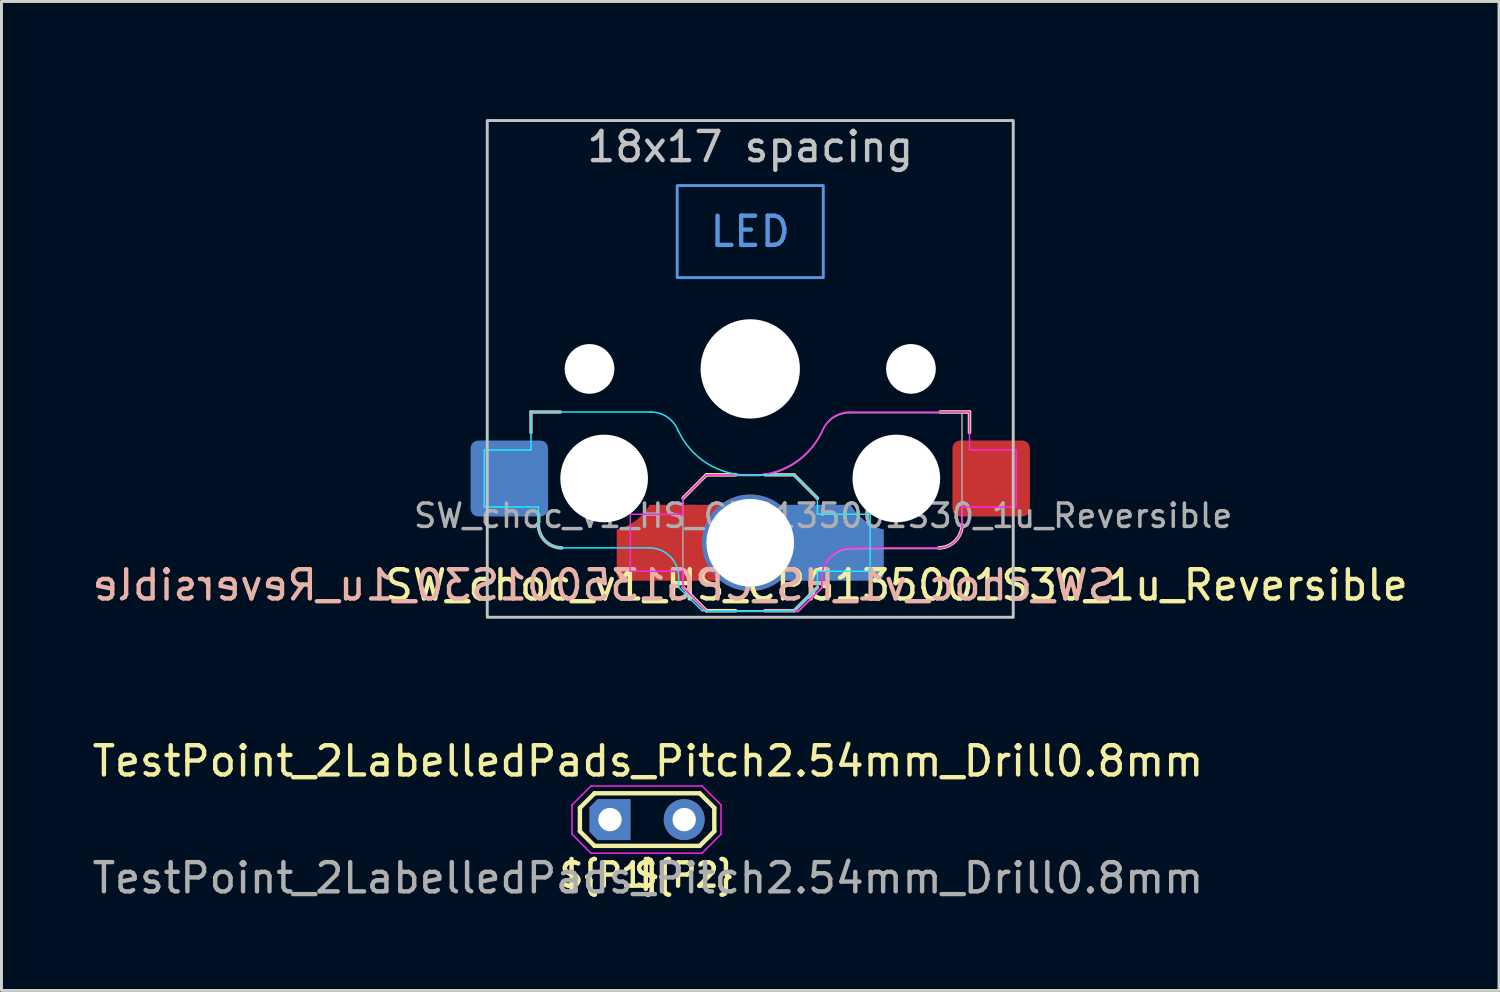
<source format=kicad_pcb>
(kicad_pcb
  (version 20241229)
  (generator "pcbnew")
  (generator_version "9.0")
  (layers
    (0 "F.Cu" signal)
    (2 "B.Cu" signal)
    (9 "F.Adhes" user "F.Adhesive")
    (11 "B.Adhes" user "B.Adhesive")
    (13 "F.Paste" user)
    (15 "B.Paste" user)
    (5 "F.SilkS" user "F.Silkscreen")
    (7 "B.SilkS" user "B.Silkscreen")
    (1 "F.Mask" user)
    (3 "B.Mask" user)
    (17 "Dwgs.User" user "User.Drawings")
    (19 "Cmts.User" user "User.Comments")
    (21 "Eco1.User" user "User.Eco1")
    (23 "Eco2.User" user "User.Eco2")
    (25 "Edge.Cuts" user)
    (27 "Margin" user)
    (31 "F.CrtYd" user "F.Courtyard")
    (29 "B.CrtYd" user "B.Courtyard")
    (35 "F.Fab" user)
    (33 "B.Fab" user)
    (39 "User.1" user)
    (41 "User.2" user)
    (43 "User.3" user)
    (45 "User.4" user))
  (footprint "SW_choc_v1_HS_CPG135001S30_1u_Reversible"
    (layer "F.Cu")
    (at 22.625 9.575)
    (property "Reference" "SW_choc_v1_HS_CPG135001S30_1u_Reversible" (at 5 7.4 180) (layer "F.SilkS") (effects (font (size 1 1) (thickness 0.15))))
    (attr smd)
    (fp_line (start -2.3 7.475) (end -1.5 8.275) (stroke (width 0.12) (type solid)) (layer "F.SilkS"))
    (fp_line (start -1.5 3.625) (end -2.3 4.425) (stroke (width 0.12) (type solid)) (layer "F.SilkS"))
    (fp_line (start -1.5 3.625) (end -0.5 3.625) (stroke (width 0.12) (type solid)) (layer "F.SilkS"))
    (fp_line (start -1.5 8.275) (end -0.5 8.275) (stroke (width 0.12) (type solid)) (layer "F.SilkS"))
    (fp_line (start 7.504 1.475) (end 6.504 1.475) (stroke (width 0.12) (type solid)) (layer "F.SilkS"))
    (fp_line (start 7.504 1.475) (end 7.504 2.175) (stroke (width 0.12) (type solid)) (layer "F.SilkS"))
    (fp_arc (start 7.25 5.325) (mid 7.015685 5.890685) (end 6.45 6.125) (stroke (width 0.12) (type solid)) (layer "F.SilkS"))
    (fp_line (start -7.504 1.475) (end -7.504 2.175) (stroke (width 0.12) (type solid)) (layer "B.SilkS"))
    (fp_line (start -7.504 1.475) (end -6.504 1.475) (stroke (width 0.12) (type solid)) (layer "B.SilkS"))
    (fp_line (start 1.5 3.625) (end 0.5 3.625) (stroke (width 0.12) (type solid)) (layer "B.SilkS"))
    (fp_line (start 1.5 3.625) (end 2.3 4.425) (stroke (width 0.12) (type solid)) (layer "B.SilkS"))
    (fp_line (start 1.5 8.275) (end 0.5 8.275) (stroke (width 0.12) (type solid)) (layer "B.SilkS"))
    (fp_line (start 2.3 7.475) (end 1.5 8.275) (stroke (width 0.12) (type solid)) (layer "B.SilkS"))
    (fp_arc (start -6.45 6.125) (mid -7.015685 5.890685) (end -7.25 5.325) (stroke (width 0.12) (type solid)) (layer "B.SilkS"))
    (fp_rect (start -9 -8.5) (end 9 8.5) (stroke (width 0.1) (type default)) (fill no) (layer "Dwgs.User"))
    (fp_rect (start -2.5 -6.275) (end 2.5 -3.125) (stroke (width 0.1) (type default)) (fill no) (layer "Cmts.User"))
    (fp_rect (start -9.525 -9.525) (end 9.525 9.525) (stroke (width 0.1) (type default)) (fill no) (layer "Eco1.User"))
    (fp_line (start -6.95 -6.45) (end -6.95 6.45) (stroke (width 0.05) (type solid)) (layer "Eco2.User"))
    (fp_line (start -6.45 6.95) (end 6.45 6.95) (stroke (width 0.05) (type solid)) (layer "Eco2.User"))
    (fp_line (start 6.45 -6.95) (end -6.45 -6.95) (stroke (width 0.05) (type solid)) (layer "Eco2.User"))
    (fp_line (start 6.95 6.45) (end 6.95 -6.45) (stroke (width 0.05) (type solid)) (layer "Eco2.User"))
    (fp_arc (start -6.95 -6.45) (mid -6.803553 -6.803553) (end -6.45 -6.95) (stroke (width 0.05) (type solid)) (layer "Eco2.User"))
    (fp_arc (start -6.45 6.95) (mid -6.803553 6.803553) (end -6.95 6.45) (stroke (width 0.05) (type solid)) (layer "Eco2.User"))
    (fp_arc (start 6.45 -6.95) (mid 6.803553 -6.803553) (end 6.95 -6.45) (stroke (width 0.05) (type solid)) (layer "Eco2.User"))
    (fp_arc (start 6.95 6.45) (mid 6.803553 6.803553) (end 6.45 6.95) (stroke (width 0.05) (type solid)) (layer "Eco2.User"))
    (fp_line (start -9.104 2.775) (end -7.504 2.775) (stroke (width 0.05) (type solid)) (layer "B.CrtYd"))
    (fp_line (start -9.104 4.725) (end -9.104 2.775) (stroke (width 0.05) (type solid)) (layer "B.CrtYd"))
    (fp_line (start -7.504 1.475) (end -7.504 2.175) (stroke (width 0.05) (type solid)) (layer "B.CrtYd"))
    (fp_line (start -7.504 1.475) (end -3.4 1.475) (stroke (width 0.05) (type solid)) (layer "B.CrtYd"))
    (fp_line (start -7.504 2.175) (end -7.504 2.775) (stroke (width 0.05) (type solid)) (layer "B.CrtYd"))
    (fp_line (start -7.25 4.725) (end -9.104 4.725) (stroke (width 0.05) (type solid)) (layer "B.CrtYd"))
    (fp_line (start -7.25 5.325) (end -7.25 4.725) (stroke (width 0.05) (type solid)) (layer "B.CrtYd"))
    (fp_line (start -3.45 6.125) (end -6.45 6.125) (stroke (width 0.05) (type solid)) (layer "B.CrtYd"))
    (fp_line (start -2.45 7.475) (end -2.45 7.125) (stroke (width 0.05) (type solid)) (layer "B.CrtYd"))
    (fp_line (start -2.45 7.475) (end -1.65 8.275) (stroke (width 0.05) (type solid)) (layer "B.CrtYd"))
    (fp_line (start 1.5 3.625) (end -0.3 3.625) (stroke (width 0.05) (type solid)) (layer "B.CrtYd"))
    (fp_line (start 1.5 3.625) (end 2.3 4.425) (stroke (width 0.05) (type solid)) (layer "B.CrtYd"))
    (fp_line (start 1.5 8.275) (end -1.65 8.275) (stroke (width 0.05) (type solid)) (layer "B.CrtYd"))
    (fp_line (start 2.3 4.975) (end 2.3 4.425) (stroke (width 0.05) (type solid)) (layer "B.CrtYd"))
    (fp_line (start 2.3 7.475) (end 1.5 8.275) (stroke (width 0.05) (type solid)) (layer "B.CrtYd"))
    (fp_line (start 2.3 7.475) (end 2.3 6.925) (stroke (width 0.05) (type solid)) (layer "B.CrtYd"))
    (fp_line (start 4.104 4.975) (end 2.3 4.975) (stroke (width 0.05) (type solid)) (layer "B.CrtYd"))
    (fp_line (start 4.104 4.975) (end 4.104 6.925) (stroke (width 0.05) (type solid)) (layer "B.CrtYd"))
    (fp_line (start 4.104 6.925) (end 2.3 6.925) (stroke (width 0.05) (type solid)) (layer "B.CrtYd"))
    (fp_arc (start -6.45 6.125) (mid -7.015685 5.890685) (end -7.25 5.325) (stroke (width 0.05) (type solid)) (layer "B.CrtYd"))
    (fp_arc (start -3.45 6.125) (mid -2.742893 6.417893) (end -2.45 7.125) (stroke (width 0.05) (type solid)) (layer "B.CrtYd"))
    (fp_arc (start -3.4 1.475) (mid -2.826423 1.655848) (end -2.460307 2.13298) (stroke (width 0.05) (type solid)) (layer "B.CrtYd"))
    (fp_arc (start -0.299999 3.624999) (mid -1.577272 3.167235) (end -2.455444 2.13293) (stroke (width 0.05) (type solid)) (layer "B.CrtYd"))
    (fp_line (start -4.104 4.975) (end -4.104 6.925) (stroke (width 0.05) (type solid)) (layer "F.CrtYd"))
    (fp_line (start -4.104 4.975) (end -2.3 4.975) (stroke (width 0.05) (type solid)) (layer "F.CrtYd"))
    (fp_line (start -4.104 6.925) (end -2.3 6.925) (stroke (width 0.05) (type solid)) (layer "F.CrtYd"))
    (fp_line (start -2.3 4.975) (end -2.3 4.425) (stroke (width 0.05) (type solid)) (layer "F.CrtYd"))
    (fp_line (start -2.3 7.475) (end -2.3 6.925) (stroke (width 0.05) (type solid)) (layer "F.CrtYd"))
    (fp_line (start -2.3 7.475) (end -1.5 8.275) (stroke (width 0.05) (type solid)) (layer "F.CrtYd"))
    (fp_line (start -1.5 3.625) (end -2.3 4.425) (stroke (width 0.05) (type solid)) (layer "F.CrtYd"))
    (fp_line (start -1.5 3.625) (end 0.3 3.625) (stroke (width 0.05) (type solid)) (layer "F.CrtYd"))
    (fp_line (start -1.5 8.275) (end 1.65 8.275) (stroke (width 0.05) (type solid)) (layer "F.CrtYd"))
    (fp_line (start 2.45 7.475) (end 1.65 8.275) (stroke (width 0.05) (type solid)) (layer "F.CrtYd"))
    (fp_line (start 2.45 7.475) (end 2.45 7.125) (stroke (width 0.05) (type solid)) (layer "F.CrtYd"))
    (fp_line (start 3.45 6.125) (end 6.45 6.125) (stroke (width 0.05) (type solid)) (layer "F.CrtYd"))
    (fp_line (start 7.25 4.725) (end 9.104 4.725) (stroke (width 0.05) (type solid)) (layer "F.CrtYd"))
    (fp_line (start 7.25 5.325) (end 7.25 4.725) (stroke (width 0.05) (type solid)) (layer "F.CrtYd"))
    (fp_line (start 7.504 1.475) (end 3.4 1.475) (stroke (width 0.05) (type solid)) (layer "F.CrtYd"))
    (fp_line (start 7.504 1.475) (end 7.504 2.175) (stroke (width 0.05) (type solid)) (layer "F.CrtYd"))
    (fp_line (start 7.504 2.175) (end 7.504 2.775) (stroke (width 0.05) (type solid)) (layer "F.CrtYd"))
    (fp_line (start 9.104 2.775) (end 7.504 2.775) (stroke (width 0.05) (type solid)) (layer "F.CrtYd"))
    (fp_line (start 9.104 4.725) (end 9.104 2.775) (stroke (width 0.05) (type solid)) (layer "F.CrtYd"))
    (fp_arc (start 2.45 7.125) (mid 2.742893 6.417893) (end 3.45 6.125) (stroke (width 0.05) (type solid)) (layer "F.CrtYd"))
    (fp_arc (start 2.455444 2.13293) (mid 1.577272 3.167235) (end 0.299999 3.624999) (stroke (width 0.05) (type solid)) (layer "F.CrtYd"))
    (fp_arc (start 2.460307 2.13298) (mid 2.826423 1.655848) (end 3.4 1.475) (stroke (width 0.05) (type solid)) (layer "F.CrtYd"))
    (fp_arc (start 7.25 5.325) (mid 7.015685 5.890685) (end 6.45 6.125) (stroke (width 0.05) (type solid)) (layer "F.CrtYd"))
    (fp_line (start -2.304 7.5) (end -2.304 4.45) (stroke (width 0.05) (type solid)) (layer "F.Fab"))
    (fp_line (start -2.304 7.5) (end -1.504 8.3) (stroke (width 0.05) (type solid)) (layer "F.Fab"))
    (fp_line (start -1.504 3.65) (end -2.304 4.45) (stroke (width 0.05) (type solid)) (layer "F.Fab"))
    (fp_line (start -1.504 3.65) (end 0.296 3.65) (stroke (width 0.05) (type solid)) (layer "F.Fab"))
    (fp_line (start -1.504 8.3) (end 1.646 8.3) (stroke (width 0.05) (type solid)) (layer "F.Fab"))
    (fp_line (start 2.446 7.5) (end 1.646 8.3) (stroke (width 0.05) (type solid)) (layer "F.Fab"))
    (fp_line (start 2.446 7.5) (end 2.446 7.15) (stroke (width 0.05) (type solid)) (layer "F.Fab"))
    (fp_line (start 3.446 6.15) (end 6.446 6.15) (stroke (width 0.05) (type solid)) (layer "F.Fab"))
    (fp_line (start 7.246 1.5) (end 3.396 1.5) (stroke (width 0.05) (type solid)) (layer "F.Fab"))
    (fp_line (start 7.246 5.35) (end 7.246 1.5) (stroke (width 0.05) (type solid)) (layer "F.Fab"))
    (fp_arc (start 2.446 7.15) (mid 2.738893 6.442893) (end 3.446 6.15) (stroke (width 0.05) (type solid)) (layer "F.Fab"))
    (fp_arc (start 2.451444 2.15793) (mid 1.573272 3.192235) (end 0.295999 3.649999) (stroke (width 0.05) (type solid)) (layer "F.Fab"))
    (fp_arc (start 2.456307 2.15798) (mid 2.822423 1.680848) (end 3.396 1.5) (stroke (width 0.05) (type solid)) (layer "F.Fab"))
    (fp_arc (start 7.246 5.35) (mid 7.011685 5.915685) (end 6.446 6.15) (stroke (width 0.05) (type solid)) (layer "F.Fab"))
    (fp_line (start -4.57 6.99) (end -4.57 5.498) (stroke (width 0.05) (type solid)) (layer "User.4"))
    (fp_line (start -4.31 7.25) (end -1.92 7.25) (stroke (width 0.05) (type solid)) (layer "User.4"))
    (fp_line (start -1.92 4.65) (end -3.441 4.65) (stroke (width 0.05) (type solid)) (layer "User.4"))
    (fp_line (start -1.92 7.25) (end -1.92 4.65) (stroke (width 0.05) (type solid)) (layer "User.4"))
    (fp_arc (start -4.31 7.25) (mid -4.493848 7.173848) (end -4.57 6.99) (stroke (width 0.05) (type solid)) (layer "User.4"))
    (fp_arc (start -3.441155 4.65) (mid -3.727208 5.022792) (end -4.57 5.497884) (stroke (width 0.05) (type solid)) (layer "User.4"))
    (fp_text user "${REFERENCE}" (at -5 7.4 0) (unlocked yes) (layer "B.SilkS") (effects (font (size 1 1) (thickness 0.15)) (justify mirror)))
    (fp_text user "18x17 spacing" (at 0 -7.6 180) (layer "Dwgs.User") (effects (font (size 1 1) (thickness 0.15))))
    (fp_text user "LED" (at 0 -4.7 0) (unlocked yes) (layer "Cmts.User") (effects (font (size 1 1) (thickness 0.15))))
    (fp_text user "19.05 spacing" (at 0 -8.7 180) (layer "Eco1.User") (effects (font (size 1 1) (thickness 0.15))))
    (fp_text user "${REFERENCE}" (at 2.496 5.025 0) (layer "F.Fab") (effects (font (size 0.8 0.8) (thickness 0.12))))
    (pad "" np_thru_hole circle (at -5.5 0 180) (size 1.7 1.7) (drill 1.7) (layers "*.Cu" "*.Mask"))
    (pad "" np_thru_hole circle (at -5 3.75) (size 3 3) (drill 3) (layers "*.Cu" "*.Mask"))
    (pad "" np_thru_hole circle (at 0 0 180) (size 3.4 3.4) (drill 3.4) (layers "*.Cu" "*.Mask"))
    (pad "" np_thru_hole circle (at 5 3.75) (size 3 3) (drill 3) (layers "*.Cu" "*.Mask"))
    (pad "" np_thru_hole circle (at 5.5 0 180) (size 1.7 1.7) (drill 1.7) (layers "*.Cu" "*.Mask"))
    (pad "1" smd roundrect (at -8.245 3.75) (size 2.65 2.6) (layers "B.Cu" "B.Mask" "B.Paste") (roundrect_rratio 0.1))
    (pad "1" smd roundrect (at 8.245 3.75) (size 2.65 2.6) (layers "F.Cu" "F.Mask" "F.Paste") (roundrect_rratio 0.1))
    (pad "2" smd custom (at -3.245 5.95) (size 1 1) (layers "F.Cu" "F.Mask" "F.Paste") (options (anchor circle)) (primitives (gr_poly (pts (arc (start -1.325 -0.452116) (mid -0.482208 -0.927208) (end -0.196155 -1.3)) (xy 1.325 -1.3) (xy 1.325 1.3) (arc (start -1.065 1.3) (mid -1.248848 1.223848) (end -1.325 1.04))) (width 0) (fill yes))))
    (pad "2" smd rect (at -1.55 5.95 180) (size 1.2 2.6) (layers "F.Cu"))
    (pad "2" thru_hole circle (at 0 5.95) (size 3.3 3.3) (drill 3) (layers "*.Cu" "F.Mask"))
    (pad "2" smd rect (at 1.55 5.95 180) (size 1.2 2.6) (layers "B.Cu"))
    (pad "2" smd custom (at 3.245 5.95) (size 1 1) (layers "B.Cu" "B.Mask" "B.Paste") (options (anchor circle)) (primitives (gr_poly (pts (arc (start 1.325 -0.452116) (mid 0.482208 -0.927208) (end 0.196155 -1.3)) (xy -1.325 -1.3) (xy -1.325 1.3) (arc (start 1.065 1.3) (mid 1.248848 1.223848) (end 1.325 1.04))) (width 0) (fill yes)))))
  (footprint "TestPoint_2LabelledPads_Pitch2.54mm_Drill0.8mm"
    (layer "F.Cu")
    (at 17.825 24.998)
    (property "Reference" "TestPoint_2LabelledPads_Pitch2.54mm_Drill0.8mm" (at 1.3 -2 0) (layer "F.SilkS") (effects (font (size 1 1) (thickness 0.15))))
    (attr exclude_from_pos_files exclude_from_bom allow_missing_courtyard)
    (fp_line (start -1.03 -0.4) (end -0.53 -0.9) (stroke (width 0.15) (type solid)) (layer "F.SilkS"))
    (fp_line (start -1.03 0.4) (end -1.03 -0.4) (stroke (width 0.15) (type solid)) (layer "F.SilkS"))
    (fp_line (start -0.53 -0.9) (end 3.07 -0.9) (stroke (width 0.15) (type solid)) (layer "F.SilkS"))
    (fp_line (start -0.53 0.9) (end -1.03 0.4) (stroke (width 0.15) (type solid)) (layer "F.SilkS"))
    (fp_line (start 3.07 -0.9) (end 3.57 -0.4) (stroke (width 0.15) (type solid)) (layer "F.SilkS"))
    (fp_line (start 3.07 0.9) (end -0.53 0.9) (stroke (width 0.15) (type solid)) (layer "F.SilkS"))
    (fp_line (start 3.57 -0.4) (end 3.57 0.4) (stroke (width 0.15) (type solid)) (layer "F.SilkS"))
    (fp_line (start 3.57 0.4) (end 3.07 0.9) (stroke (width 0.15) (type solid)) (layer "F.SilkS"))
    (fp_line (start -1.3 -0.5) (end -1.3 0.5) (stroke (width 0.05) (type solid)) (layer "F.CrtYd"))
    (fp_line (start -1.3 0.5) (end -0.65 1.15) (stroke (width 0.05) (type solid)) (layer "F.CrtYd"))
    (fp_line (start -0.65 -1.15) (end -1.3 -0.5) (stroke (width 0.05) (type solid)) (layer "F.CrtYd"))
    (fp_line (start -0.65 1.15) (end 3.15 1.15) (stroke (width 0.05) (type solid)) (layer "F.CrtYd"))
    (fp_line (start 3.15 -1.15) (end -0.65 -1.15) (stroke (width 0.05) (type solid)) (layer "F.CrtYd"))
    (fp_line (start 3.15 1.15) (end 3.8 0.5) (stroke (width 0.05) (type solid)) (layer "F.CrtYd"))
    (fp_line (start 3.8 -0.5) (end 3.15 -1.15) (stroke (width 0.05) (type solid)) (layer "F.CrtYd"))
    (fp_line (start 3.8 0.5) (end 3.8 -0.5) (stroke (width 0.05) (type solid)) (layer "F.CrtYd"))
    (fp_text user "${P1}" (at 0 1.9 0) (layer "F.SilkS") (effects (font (size 0.8 0.8) (thickness 0.15))))
    (fp_text user "${P2}" (at 2.54 1.9 0) (layer "F.SilkS") (effects (font (size 0.8 0.8) (thickness 0.15))))
    (fp_text user "${REFERENCE}" (at 1.3 2 0) (layer "F.Fab") (effects (font (size 1 1) (thickness 0.15))))
    (pad "1" thru_hole roundrect (at 0 0) (size 1.4 1.4) (drill 0.8) (layers "*.Cu" "*.Mask") (roundrect_rratio 0) (chamfer_ratio 0.2) (chamfer top_left bottom_left))
    (pad "2" thru_hole circle (at 2.54 0) (size 1.4 1.4) (drill 0.8) (layers "*.Cu" "*.Mask")))
  (gr_rect
    (start -3 -3)
    (end 48.25 30.846)
    (stroke (width 0.1) (type default))
    (fill no)
    (layer "Edge.Cuts")))
</source>
